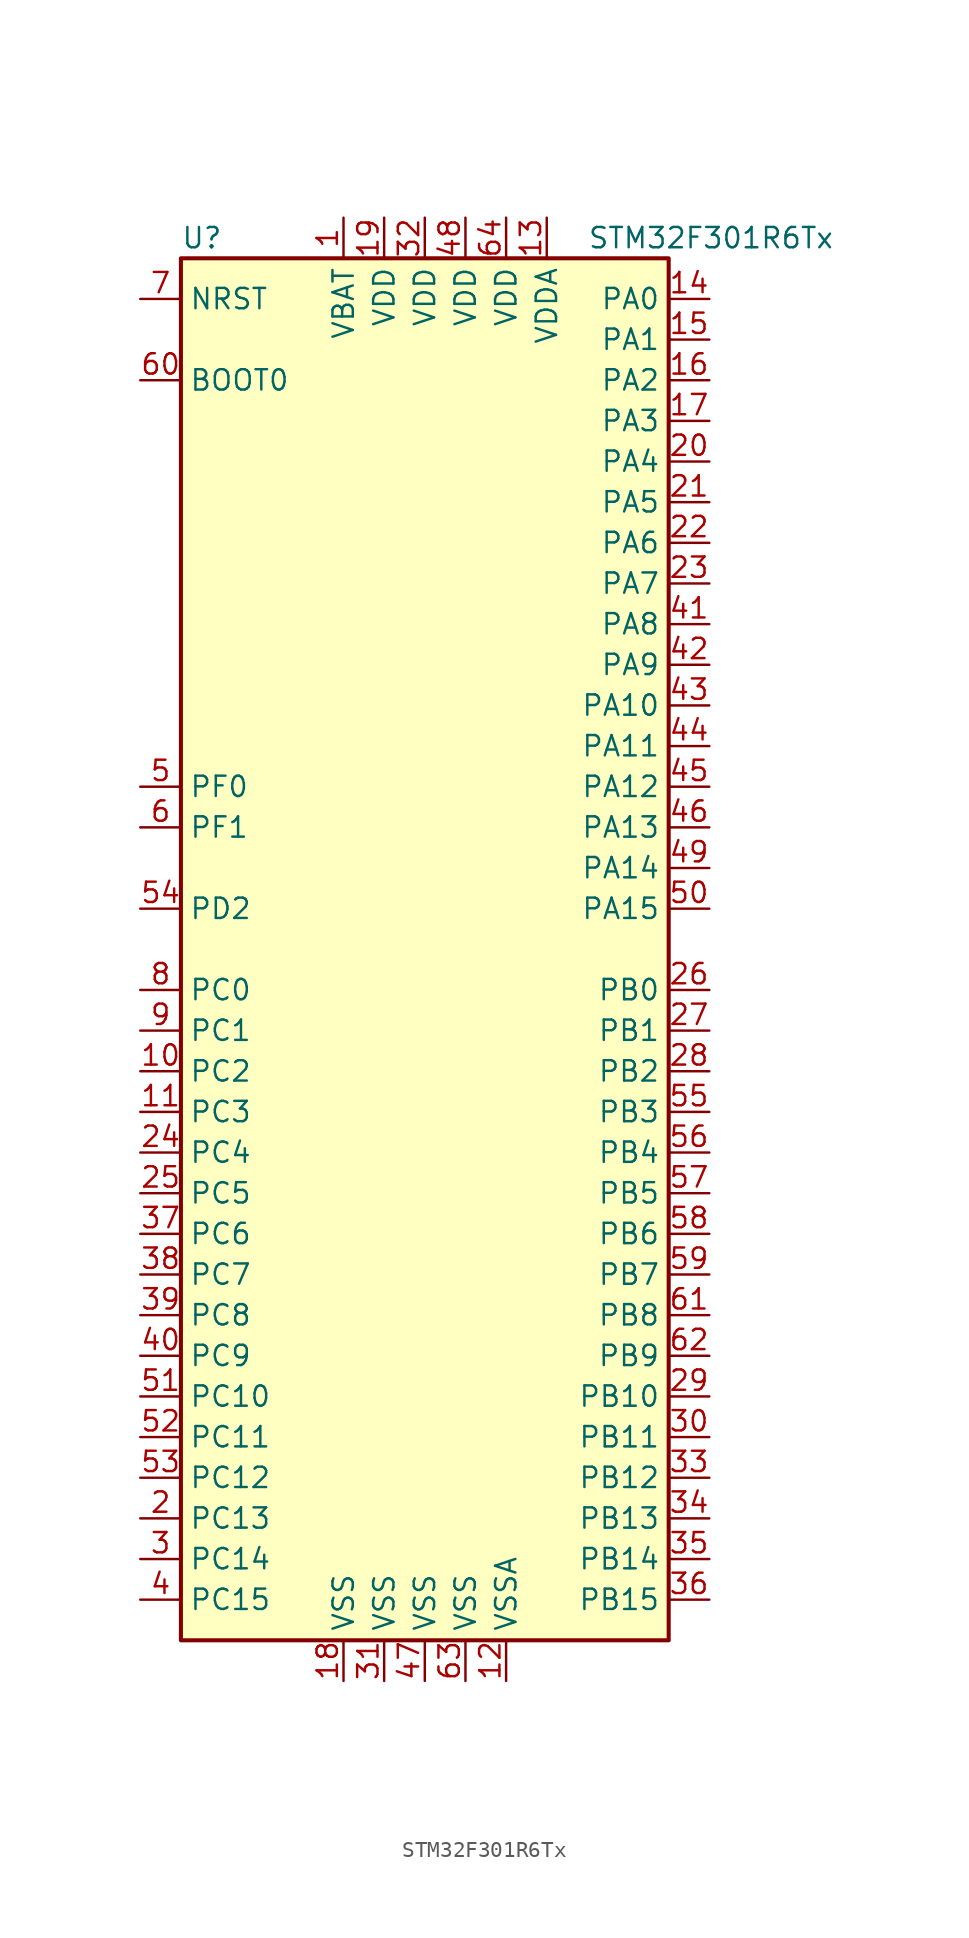
<source format=kicad_sym>
(kicad_symbol_lib
  (version 20201005)
  (generator kicad_symbol_editor)
  (symbol "STM32F301R6Tx"
    (property "Reference" "U"
      (at -15.24 44.45 0)
      (effects (font (size 1.27 1.27)) (justify left)))
    (property "Value" "STM32F301R6Tx"
      (at 10.16 44.45 0)
      (effects (font (size 1.27 1.27)) (justify left)))
    (symbol "STM32F301R6Tx_0_1"
      (rectangle (start -15.24 -43.18) (end 15.24 43.18) (stroke (width 0.254)) (fill (type background))))
    (symbol "STM32F301R6Tx_1_1"
      (pin input line (at -17.78 35.56 0) (length 2.54) (name "BOOT0" (effects (font (size 1.27 1.27)))) (number "60" (effects (font (size 1.27 1.27)))))
      (pin input line (at -17.78 40.64 0) (length 2.54) (name "NRST" (effects (font (size 1.27 1.27)))) (number "7" (effects (font (size 1.27 1.27)))))
      (pin bidirectional line (at 17.78 40.64 180) (length 2.54) (name "PA0" (effects (font (size 1.27 1.27)))) (number "14" (effects (font (size 1.27 1.27)))))
      (pin bidirectional line (at 17.78 38.1 180) (length 2.54) (name "PA1" (effects (font (size 1.27 1.27)))) (number "15" (effects (font (size 1.27 1.27)))))
      (pin bidirectional line (at 17.78 15.24 180) (length 2.54) (name "PA10" (effects (font (size 1.27 1.27)))) (number "43" (effects (font (size 1.27 1.27)))))
      (pin bidirectional line (at 17.78 12.7 180) (length 2.54) (name "PA11" (effects (font (size 1.27 1.27)))) (number "44" (effects (font (size 1.27 1.27)))))
      (pin bidirectional line (at 17.78 10.16 180) (length 2.54) (name "PA12" (effects (font (size 1.27 1.27)))) (number "45" (effects (font (size 1.27 1.27)))))
      (pin bidirectional line (at 17.78 7.62 180) (length 2.54) (name "PA13" (effects (font (size 1.27 1.27)))) (number "46" (effects (font (size 1.27 1.27)))))
      (pin bidirectional line (at 17.78 5.08 180) (length 2.54) (name "PA14" (effects (font (size 1.27 1.27)))) (number "49" (effects (font (size 1.27 1.27)))))
      (pin bidirectional line (at 17.78 2.54 180) (length 2.54) (name "PA15" (effects (font (size 1.27 1.27)))) (number "50" (effects (font (size 1.27 1.27)))))
      (pin bidirectional line (at 17.78 35.56 180) (length 2.54) (name "PA2" (effects (font (size 1.27 1.27)))) (number "16" (effects (font (size 1.27 1.27)))))
      (pin bidirectional line (at 17.78 33.02 180) (length 2.54) (name "PA3" (effects (font (size 1.27 1.27)))) (number "17" (effects (font (size 1.27 1.27)))))
      (pin bidirectional line (at 17.78 30.48 180) (length 2.54) (name "PA4" (effects (font (size 1.27 1.27)))) (number "20" (effects (font (size 1.27 1.27)))))
      (pin bidirectional line (at 17.78 27.94 180) (length 2.54) (name "PA5" (effects (font (size 1.27 1.27)))) (number "21" (effects (font (size 1.27 1.27)))))
      (pin bidirectional line (at 17.78 25.4 180) (length 2.54) (name "PA6" (effects (font (size 1.27 1.27)))) (number "22" (effects (font (size 1.27 1.27)))))
      (pin bidirectional line (at 17.78 22.86 180) (length 2.54) (name "PA7" (effects (font (size 1.27 1.27)))) (number "23" (effects (font (size 1.27 1.27)))))
      (pin bidirectional line (at 17.78 20.32 180) (length 2.54) (name "PA8" (effects (font (size 1.27 1.27)))) (number "41" (effects (font (size 1.27 1.27)))))
      (pin bidirectional line (at 17.78 17.78 180) (length 2.54) (name "PA9" (effects (font (size 1.27 1.27)))) (number "42" (effects (font (size 1.27 1.27)))))
      (pin bidirectional line (at 17.78 -2.54 180) (length 2.54) (name "PB0" (effects (font (size 1.27 1.27)))) (number "26" (effects (font (size 1.27 1.27)))))
      (pin bidirectional line (at 17.78 -5.08 180) (length 2.54) (name "PB1" (effects (font (size 1.27 1.27)))) (number "27" (effects (font (size 1.27 1.27)))))
      (pin bidirectional line (at 17.78 -27.94 180) (length 2.54) (name "PB10" (effects (font (size 1.27 1.27)))) (number "29" (effects (font (size 1.27 1.27)))))
      (pin bidirectional line (at 17.78 -30.48 180) (length 2.54) (name "PB11" (effects (font (size 1.27 1.27)))) (number "30" (effects (font (size 1.27 1.27)))))
      (pin bidirectional line (at 17.78 -33.02 180) (length 2.54) (name "PB12" (effects (font (size 1.27 1.27)))) (number "33" (effects (font (size 1.27 1.27)))))
      (pin bidirectional line (at 17.78 -35.56 180) (length 2.54) (name "PB13" (effects (font (size 1.27 1.27)))) (number "34" (effects (font (size 1.27 1.27)))))
      (pin bidirectional line (at 17.78 -38.1 180) (length 2.54) (name "PB14" (effects (font (size 1.27 1.27)))) (number "35" (effects (font (size 1.27 1.27)))))
      (pin bidirectional line (at 17.78 -40.64 180) (length 2.54) (name "PB15" (effects (font (size 1.27 1.27)))) (number "36" (effects (font (size 1.27 1.27)))))
      (pin bidirectional line (at 17.78 -7.62 180) (length 2.54) (name "PB2" (effects (font (size 1.27 1.27)))) (number "28" (effects (font (size 1.27 1.27)))))
      (pin bidirectional line (at 17.78 -10.16 180) (length 2.54) (name "PB3" (effects (font (size 1.27 1.27)))) (number "55" (effects (font (size 1.27 1.27)))))
      (pin bidirectional line (at 17.78 -12.7 180) (length 2.54) (name "PB4" (effects (font (size 1.27 1.27)))) (number "56" (effects (font (size 1.27 1.27)))))
      (pin bidirectional line (at 17.78 -15.24 180) (length 2.54) (name "PB5" (effects (font (size 1.27 1.27)))) (number "57" (effects (font (size 1.27 1.27)))))
      (pin bidirectional line (at 17.78 -17.78 180) (length 2.54) (name "PB6" (effects (font (size 1.27 1.27)))) (number "58" (effects (font (size 1.27 1.27)))))
      (pin bidirectional line (at 17.78 -20.32 180) (length 2.54) (name "PB7" (effects (font (size 1.27 1.27)))) (number "59" (effects (font (size 1.27 1.27)))))
      (pin bidirectional line (at 17.78 -22.86 180) (length 2.54) (name "PB8" (effects (font (size 1.27 1.27)))) (number "61" (effects (font (size 1.27 1.27)))))
      (pin bidirectional line (at 17.78 -25.4 180) (length 2.54) (name "PB9" (effects (font (size 1.27 1.27)))) (number "62" (effects (font (size 1.27 1.27)))))
      (pin bidirectional line (at -17.78 -2.54 0) (length 2.54) (name "PC0" (effects (font (size 1.27 1.27)))) (number "8" (effects (font (size 1.27 1.27)))))
      (pin bidirectional line (at -17.78 -5.08 0) (length 2.54) (name "PC1" (effects (font (size 1.27 1.27)))) (number "9" (effects (font (size 1.27 1.27)))))
      (pin bidirectional line (at -17.78 -27.94 0) (length 2.54) (name "PC10" (effects (font (size 1.27 1.27)))) (number "51" (effects (font (size 1.27 1.27)))))
      (pin bidirectional line (at -17.78 -30.48 0) (length 2.54) (name "PC11" (effects (font (size 1.27 1.27)))) (number "52" (effects (font (size 1.27 1.27)))))
      (pin bidirectional line (at -17.78 -33.02 0) (length 2.54) (name "PC12" (effects (font (size 1.27 1.27)))) (number "53" (effects (font (size 1.27 1.27)))))
      (pin bidirectional line (at -17.78 -35.56 0) (length 2.54) (name "PC13" (effects (font (size 1.27 1.27)))) (number "2" (effects (font (size 1.27 1.27)))))
      (pin bidirectional line (at -17.78 -38.1 0) (length 2.54) (name "PC14" (effects (font (size 1.27 1.27)))) (number "3" (effects (font (size 1.27 1.27)))))
      (pin bidirectional line (at -17.78 -40.64 0) (length 2.54) (name "PC15" (effects (font (size 1.27 1.27)))) (number "4" (effects (font (size 1.27 1.27)))))
      (pin bidirectional line (at -17.78 -7.62 0) (length 2.54) (name "PC2" (effects (font (size 1.27 1.27)))) (number "10" (effects (font (size 1.27 1.27)))))
      (pin bidirectional line (at -17.78 -10.16 0) (length 2.54) (name "PC3" (effects (font (size 1.27 1.27)))) (number "11" (effects (font (size 1.27 1.27)))))
      (pin bidirectional line (at -17.78 -12.7 0) (length 2.54) (name "PC4" (effects (font (size 1.27 1.27)))) (number "24" (effects (font (size 1.27 1.27)))))
      (pin bidirectional line (at -17.78 -15.24 0) (length 2.54) (name "PC5" (effects (font (size 1.27 1.27)))) (number "25" (effects (font (size 1.27 1.27)))))
      (pin bidirectional line (at -17.78 -17.78 0) (length 2.54) (name "PC6" (effects (font (size 1.27 1.27)))) (number "37" (effects (font (size 1.27 1.27)))))
      (pin bidirectional line (at -17.78 -20.32 0) (length 2.54) (name "PC7" (effects (font (size 1.27 1.27)))) (number "38" (effects (font (size 1.27 1.27)))))
      (pin bidirectional line (at -17.78 -22.86 0) (length 2.54) (name "PC8" (effects (font (size 1.27 1.27)))) (number "39" (effects (font (size 1.27 1.27)))))
      (pin bidirectional line (at -17.78 -25.4 0) (length 2.54) (name "PC9" (effects (font (size 1.27 1.27)))) (number "40" (effects (font (size 1.27 1.27)))))
      (pin bidirectional line (at -17.78 2.54 0) (length 2.54) (name "PD2" (effects (font (size 1.27 1.27)))) (number "54" (effects (font (size 1.27 1.27)))))
      (pin input line (at -17.78 10.16 0) (length 2.54) (name "PF0" (effects (font (size 1.27 1.27)))) (number "5" (effects (font (size 1.27 1.27)))))
      (pin input line (at -17.78 7.62 0) (length 2.54) (name "PF1" (effects (font (size 1.27 1.27)))) (number "6" (effects (font (size 1.27 1.27)))))
      (pin power_in line (at -5.08 45.72 270) (length 2.54) (name "VBAT" (effects (font (size 1.27 1.27)))) (number "1" (effects (font (size 1.27 1.27)))))
      (pin power_in line (at -2.54 45.72 270) (length 2.54) (name "VDD" (effects (font (size 1.27 1.27)))) (number "19" (effects (font (size 1.27 1.27)))))
      (pin power_in line (at 0 45.72 270) (length 2.54) (name "VDD" (effects (font (size 1.27 1.27)))) (number "32" (effects (font (size 1.27 1.27)))))
      (pin power_in line (at 2.54 45.72 270) (length 2.54) (name "VDD" (effects (font (size 1.27 1.27)))) (number "48" (effects (font (size 1.27 1.27)))))
      (pin power_in line (at 5.08 45.72 270) (length 2.54) (name "VDD" (effects (font (size 1.27 1.27)))) (number "64" (effects (font (size 1.27 1.27)))))
      (pin power_in line (at 7.62 45.72 270) (length 2.54) (name "VDDA" (effects (font (size 1.27 1.27)))) (number "13" (effects (font (size 1.27 1.27)))))
      (pin power_in line (at -5.08 -45.72 90) (length 2.54) (name "VSS" (effects (font (size 1.27 1.27)))) (number "18" (effects (font (size 1.27 1.27)))))
      (pin power_in line (at -2.54 -45.72 90) (length 2.54) (name "VSS" (effects (font (size 1.27 1.27)))) (number "31" (effects (font (size 1.27 1.27)))))
      (pin power_in line (at 0 -45.72 90) (length 2.54) (name "VSS" (effects (font (size 1.27 1.27)))) (number "47" (effects (font (size 1.27 1.27)))))
      (pin power_in line (at 2.54 -45.72 90) (length 2.54) (name "VSS" (effects (font (size 1.27 1.27)))) (number "63" (effects (font (size 1.27 1.27)))))
      (pin power_in line (at 5.08 -45.72 90) (length 2.54) (name "VSSA" (effects (font (size 1.27 1.27)))) (number "12" (effects (font (size 1.27 1.27))))))))
</source>
